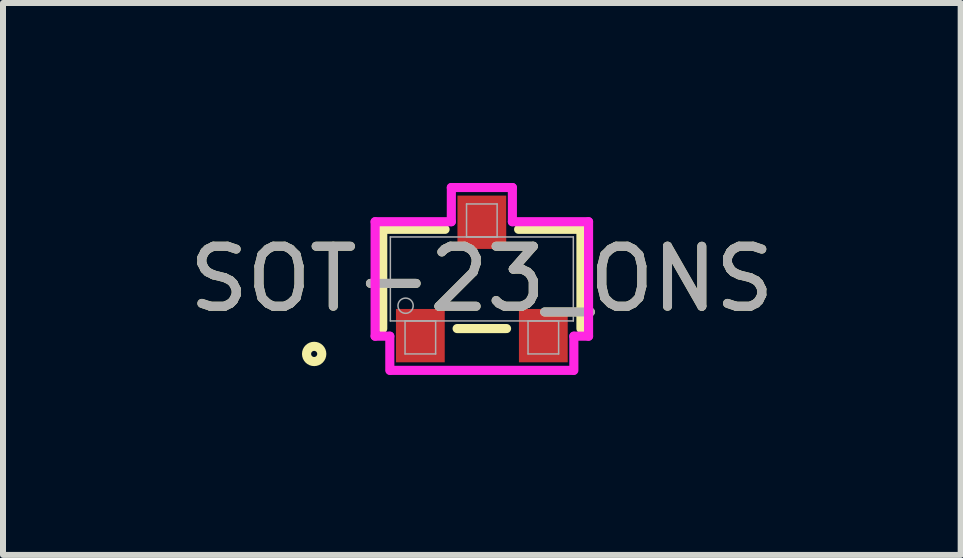
<source format=kicad_pcb>
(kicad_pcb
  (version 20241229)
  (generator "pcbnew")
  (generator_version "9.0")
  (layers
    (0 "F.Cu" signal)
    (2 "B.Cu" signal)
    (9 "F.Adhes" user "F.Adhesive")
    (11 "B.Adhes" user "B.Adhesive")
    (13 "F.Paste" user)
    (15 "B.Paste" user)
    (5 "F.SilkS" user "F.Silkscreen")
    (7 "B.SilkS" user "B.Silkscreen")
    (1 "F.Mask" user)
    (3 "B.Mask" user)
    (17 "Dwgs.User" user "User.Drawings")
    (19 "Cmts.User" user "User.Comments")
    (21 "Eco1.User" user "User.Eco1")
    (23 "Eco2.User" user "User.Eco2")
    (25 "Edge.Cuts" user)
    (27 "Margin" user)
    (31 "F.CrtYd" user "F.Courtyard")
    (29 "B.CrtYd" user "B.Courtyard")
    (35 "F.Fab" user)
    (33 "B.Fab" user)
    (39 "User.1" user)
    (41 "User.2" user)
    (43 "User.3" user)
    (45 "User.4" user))
  (footprint "SOT-23_ONS"
    (layer "F.Cu")
    (at 4.982 1.6)
    (property "Reference" "SOT-23_ONS" (at 0 0 0) (unlocked yes) (layer "F.SilkS") (effects (font (size 1 1) (thickness 0.15))))
    (attr smd)
    (fp_line (start -1.652 -0.827) (end -1.652 0.827) (stroke (width 0.152) (type solid)) (layer "F.SilkS"))
    (fp_line (start -0.613 -0.827) (end -1.652 -0.827) (stroke (width 0.152) (type solid)) (layer "F.SilkS"))
    (fp_line (start -0.412 0.827) (end 0.412 0.827) (stroke (width 0.152) (type solid)) (layer "F.SilkS"))
    (fp_line (start 1.652 -0.827) (end 0.613 -0.827) (stroke (width 0.152) (type solid)) (layer "F.SilkS"))
    (fp_line (start 1.652 0.827) (end 1.652 -0.827) (stroke (width 0.152) (type solid)) (layer "F.SilkS"))
    (fp_circle (center -2.795 1.25) (end -2.668 1.25) (stroke (width 0.152) (type solid)) (fill no) (layer "F.SilkS"))
    (fp_line (start -1.779 -0.954) (end -0.509 -0.954) (stroke (width 0.152) (type solid)) (layer "F.CrtYd"))
    (fp_line (start -1.779 0.954) (end -1.779 -0.954) (stroke (width 0.152) (type solid)) (layer "F.CrtYd"))
    (fp_line (start -1.779 0.954) (end -1.534 0.954) (stroke (width 0.152) (type solid)) (layer "F.CrtYd"))
    (fp_line (start -1.534 0.954) (end -1.534 1.524) (stroke (width 0.152) (type solid)) (layer "F.CrtYd"))
    (fp_line (start -1.524 1.524) (end 1.524 1.524) (stroke (width 0.152) (type solid)) (layer "F.CrtYd"))
    (fp_line (start -0.509 -1.524) (end 0.509 -1.524) (stroke (width 0.152) (type solid)) (layer "F.CrtYd"))
    (fp_line (start -0.509 -0.954) (end -0.508 -1.524) (stroke (width 0.152) (type solid)) (layer "F.CrtYd"))
    (fp_line (start 0.509 -0.954) (end 0.509 -1.524) (stroke (width 0.152) (type solid)) (layer "F.CrtYd"))
    (fp_line (start 1.534 0.954) (end 1.534 1.524) (stroke (width 0.152) (type solid)) (layer "F.CrtYd"))
    (fp_line (start 1.779 -0.954) (end 0.509 -0.954) (stroke (width 0.152) (type solid)) (layer "F.CrtYd"))
    (fp_line (start 1.779 -0.954) (end 1.779 0.954) (stroke (width 0.152) (type solid)) (layer "F.CrtYd"))
    (fp_line (start 1.779 0.954) (end 1.534 0.954) (stroke (width 0.152) (type solid)) (layer "F.CrtYd"))
    (fp_line (start -1.525 -0.7) (end -1.525 0.7) (stroke (width 0.025) (type solid)) (layer "F.Fab"))
    (fp_line (start -1.525 0.7) (end 1.525 0.7) (stroke (width 0.025) (type solid)) (layer "F.Fab"))
    (fp_line (start -1.28 0.7) (end -1.28 1.25) (stroke (width 0.025) (type solid)) (layer "F.Fab"))
    (fp_line (start -1.28 1.25) (end -0.77 1.25) (stroke (width 0.025) (type solid)) (layer "F.Fab"))
    (fp_line (start -0.77 0.7) (end -1.28 0.7) (stroke (width 0.025) (type solid)) (layer "F.Fab"))
    (fp_line (start -0.77 1.25) (end -0.77 0.7) (stroke (width 0.025) (type solid)) (layer "F.Fab"))
    (fp_line (start -0.255 -1.25) (end -0.255 -0.7) (stroke (width 0.025) (type solid)) (layer "F.Fab"))
    (fp_line (start -0.255 -0.7) (end 0.255 -0.7) (stroke (width 0.025) (type solid)) (layer "F.Fab"))
    (fp_line (start 0.255 -1.25) (end -0.255 -1.25) (stroke (width 0.025) (type solid)) (layer "F.Fab"))
    (fp_line (start 0.255 -0.7) (end 0.255 -1.25) (stroke (width 0.025) (type solid)) (layer "F.Fab"))
    (fp_line (start 0.77 0.7) (end 0.77 1.25) (stroke (width 0.025) (type solid)) (layer "F.Fab"))
    (fp_line (start 0.77 1.25) (end 1.28 1.25) (stroke (width 0.025) (type solid)) (layer "F.Fab"))
    (fp_line (start 1.28 0.7) (end 0.77 0.7) (stroke (width 0.025) (type solid)) (layer "F.Fab"))
    (fp_line (start 1.28 1.25) (end 1.28 0.7) (stroke (width 0.025) (type solid)) (layer "F.Fab"))
    (fp_line (start 1.525 -0.7) (end -1.525 -0.7) (stroke (width 0.025) (type solid)) (layer "F.Fab"))
    (fp_line (start 1.525 0.7) (end 1.525 -0.7) (stroke (width 0.025) (type solid)) (layer "F.Fab"))
    (fp_circle (center -1.271 0.446) (end -1.144 0.446) (stroke (width 0.025) (type solid)) (fill no) (layer "F.Fab"))
    (fp_text user "${REFERENCE}" (at 0 0 0) (unlocked yes) (layer "F.Fab") (effects (font (size 1 1) (thickness 0.15))))
    (pad "1" smd rect (at -1.025 0.945) (size 0.813 0.889) (layers "F.Cu" "F.Mask" "F.Paste"))
    (pad "2" smd rect (at 1.025 0.945) (size 0.813 0.889) (layers "F.Cu" "F.Mask" "F.Paste"))
    (pad "3" smd rect (at 0 -0.945) (size 0.813 0.889) (layers "F.Cu" "F.Mask" "F.Paste")))
  (gr_rect
    (start -3 -3)
    (end 12.964 6.2)
    (stroke (width 0.1) (type default))
    (fill no)
    (layer "Edge.Cuts")))
</source>
